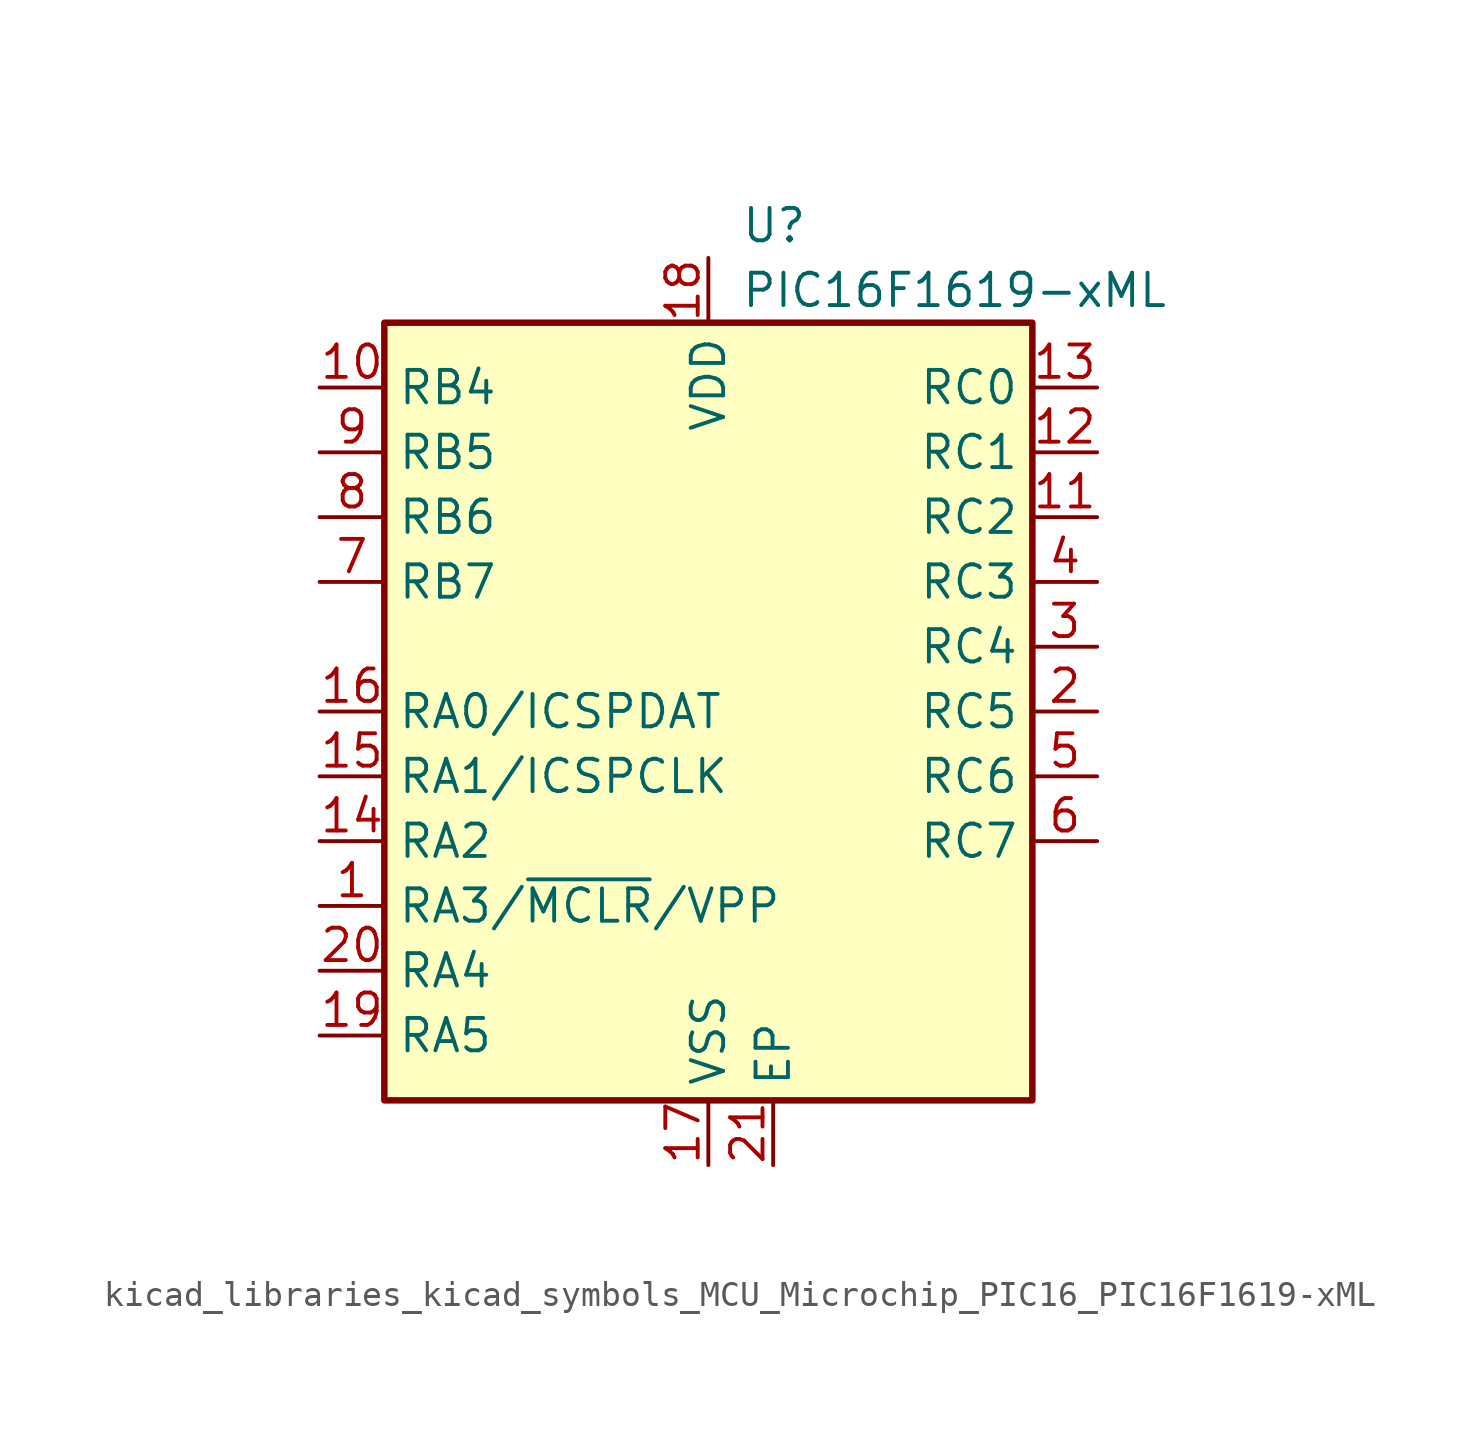
<source format=kicad_sym>
(kicad_symbol_lib
  (version 20220914)
  (generator kicad_symbol_editor)
  (symbol "kicad_libraries_kicad_symbols_MCU_Microchip_PIC16_PIC16F1619-xML"
    (property "Reference" "U"
      (at 1.27 19.05 0)
      (effects (font (size 1.27 1.27)) (justify left)))
    (property "Value" "PIC16F1619-xML"
      (at 1.27 16.51 0)
      (effects (font (size 1.27 1.27)) (justify left)))
    (symbol "kicad_libraries_kicad_symbols_MCU_Microchip_PIC16_PIC16F1619-xML_0_0"
      (pin passive line (at 2.54 -17.78 90) (length 2.54) (name "EP" (effects (font (size 1.27 1.27)))) (number "21" (effects (font (size 1.27 1.27))))))
    (symbol "kicad_libraries_kicad_symbols_MCU_Microchip_PIC16_PIC16F1619-xML_0_1"
      (rectangle (start -12.7 15.24) (end 12.7 -15.24) (stroke (width 0.254) (type default)) (fill (type background))))
    (symbol "kicad_libraries_kicad_symbols_MCU_Microchip_PIC16_PIC16F1619-xML_1_1"
      (pin bidirectional line (at -15.24 -7.62 0) (length 2.54) (name "RA3/~{MCLR}/VPP" (effects (font (size 1.27 1.27)))) (number "1" (effects (font (size 1.27 1.27)))))
      (pin bidirectional line (at -15.24 12.7 0) (length 2.54) (name "RB4" (effects (font (size 1.27 1.27)))) (number "10" (effects (font (size 1.27 1.27)))))
      (pin bidirectional line (at 15.24 7.62 180) (length 2.54) (name "RC2" (effects (font (size 1.27 1.27)))) (number "11" (effects (font (size 1.27 1.27)))))
      (pin bidirectional line (at 15.24 10.16 180) (length 2.54) (name "RC1" (effects (font (size 1.27 1.27)))) (number "12" (effects (font (size 1.27 1.27)))))
      (pin bidirectional line (at 15.24 12.7 180) (length 2.54) (name "RC0" (effects (font (size 1.27 1.27)))) (number "13" (effects (font (size 1.27 1.27)))))
      (pin bidirectional line (at -15.24 -5.08 0) (length 2.54) (name "RA2" (effects (font (size 1.27 1.27)))) (number "14" (effects (font (size 1.27 1.27)))))
      (pin bidirectional line (at -15.24 -2.54 0) (length 2.54) (name "RA1/ICSPCLK" (effects (font (size 1.27 1.27)))) (number "15" (effects (font (size 1.27 1.27)))))
      (pin bidirectional line (at -15.24 0 0) (length 2.54) (name "RA0/ICSPDAT" (effects (font (size 1.27 1.27)))) (number "16" (effects (font (size 1.27 1.27)))))
      (pin power_in line (at 0 -17.78 90) (length 2.54) (name "VSS" (effects (font (size 1.27 1.27)))) (number "17" (effects (font (size 1.27 1.27)))))
      (pin power_in line (at 0 17.78 270) (length 2.54) (name "VDD" (effects (font (size 1.27 1.27)))) (number "18" (effects (font (size 1.27 1.27)))))
      (pin bidirectional line (at -15.24 -12.7 0) (length 2.54) (name "RA5" (effects (font (size 1.27 1.27)))) (number "19" (effects (font (size 1.27 1.27)))))
      (pin bidirectional line (at 15.24 0 180) (length 2.54) (name "RC5" (effects (font (size 1.27 1.27)))) (number "2" (effects (font (size 1.27 1.27)))))
      (pin bidirectional line (at -15.24 -10.16 0) (length 2.54) (name "RA4" (effects (font (size 1.27 1.27)))) (number "20" (effects (font (size 1.27 1.27)))))
      (pin bidirectional line (at 15.24 2.54 180) (length 2.54) (name "RC4" (effects (font (size 1.27 1.27)))) (number "3" (effects (font (size 1.27 1.27)))))
      (pin bidirectional line (at 15.24 5.08 180) (length 2.54) (name "RC3" (effects (font (size 1.27 1.27)))) (number "4" (effects (font (size 1.27 1.27)))))
      (pin bidirectional line (at 15.24 -2.54 180) (length 2.54) (name "RC6" (effects (font (size 1.27 1.27)))) (number "5" (effects (font (size 1.27 1.27)))))
      (pin bidirectional line (at 15.24 -5.08 180) (length 2.54) (name "RC7" (effects (font (size 1.27 1.27)))) (number "6" (effects (font (size 1.27 1.27)))))
      (pin bidirectional line (at -15.24 5.08 0) (length 2.54) (name "RB7" (effects (font (size 1.27 1.27)))) (number "7" (effects (font (size 1.27 1.27)))))
      (pin bidirectional line (at -15.24 7.62 0) (length 2.54) (name "RB6" (effects (font (size 1.27 1.27)))) (number "8" (effects (font (size 1.27 1.27)))))
      (pin bidirectional line (at -15.24 10.16 0) (length 2.54) (name "RB5" (effects (font (size 1.27 1.27)))) (number "9" (effects (font (size 1.27 1.27))))))))
</source>
